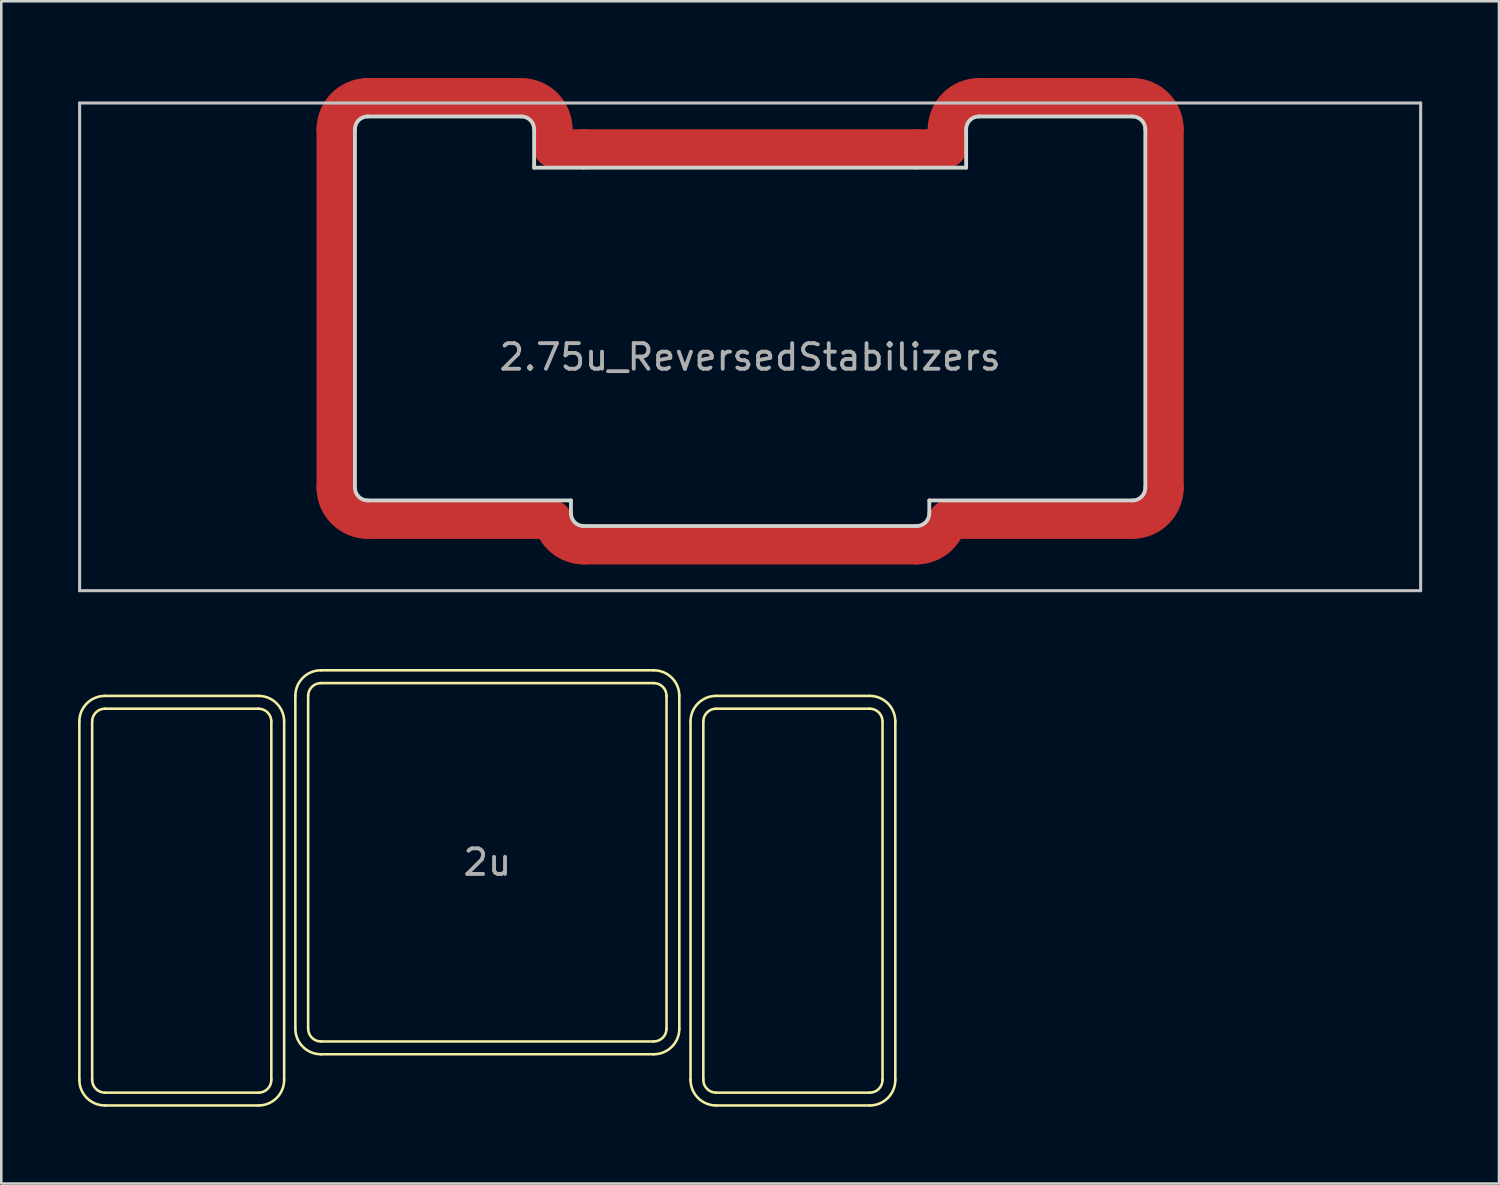
<source format=kicad_pcb>
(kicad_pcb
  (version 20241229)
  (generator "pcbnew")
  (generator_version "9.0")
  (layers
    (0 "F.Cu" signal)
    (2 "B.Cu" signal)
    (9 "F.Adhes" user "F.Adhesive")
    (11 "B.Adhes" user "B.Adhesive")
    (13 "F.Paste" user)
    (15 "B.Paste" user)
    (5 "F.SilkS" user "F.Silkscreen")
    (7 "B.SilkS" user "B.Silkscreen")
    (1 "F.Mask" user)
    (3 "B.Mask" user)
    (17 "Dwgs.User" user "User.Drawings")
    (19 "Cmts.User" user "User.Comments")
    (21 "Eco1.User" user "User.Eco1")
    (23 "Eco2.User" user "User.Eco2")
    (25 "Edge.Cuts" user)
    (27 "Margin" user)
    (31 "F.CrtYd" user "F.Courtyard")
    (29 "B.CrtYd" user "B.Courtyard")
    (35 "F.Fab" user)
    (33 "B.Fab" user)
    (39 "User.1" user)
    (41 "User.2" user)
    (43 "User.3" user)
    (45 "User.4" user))
  (footprint "2u"
    (layer "F.Cu")
    (at 15.988 30.635)
    (property "Reference" "2u" (at 0 0 0) (layer "F.Fab") (effects (font (size 1 1) (thickness 0.15))))
    (attr through_hole)
    (fp_line (start -15.938 -5.5) (end -15.938 8.5) (stroke (width 0.1) (type solid)) (layer "F.SilkS"))
    (fp_line (start -15.438 8.5) (end -15.438 -5.5) (stroke (width 0.1) (type solid)) (layer "F.SilkS"))
    (fp_line (start -14.938 -6) (end -8.938 -6) (stroke (width 0.1) (type solid)) (layer "F.SilkS"))
    (fp_line (start -14.938 9.5) (end -8.938 9.5) (stroke (width 0.1) (type solid)) (layer "F.SilkS"))
    (fp_line (start -8.938 -6.5) (end -14.938 -6.5) (stroke (width 0.1) (type solid)) (layer "F.SilkS"))
    (fp_line (start -8.938 9) (end -14.938 9) (stroke (width 0.1) (type solid)) (layer "F.SilkS"))
    (fp_line (start -8.438 -5.5) (end -8.438 8.5) (stroke (width 0.1) (type solid)) (layer "F.SilkS"))
    (fp_line (start -7.938 8.5) (end -7.938 -5.5) (stroke (width 0.1) (type solid)) (layer "F.SilkS"))
    (fp_line (start -7.5 -6.5) (end -7.5 6.5) (stroke (width 0.1) (type solid)) (layer "F.SilkS"))
    (fp_line (start -7 -6.5) (end -7 6.5) (stroke (width 0.1) (type solid)) (layer "F.SilkS"))
    (fp_line (start -6.5 7) (end 6.5 7) (stroke (width 0.1) (type solid)) (layer "F.SilkS"))
    (fp_line (start -6.5 7.5) (end 6.5 7.5) (stroke (width 0.1) (type solid)) (layer "F.SilkS"))
    (fp_line (start 6.5 -7.5) (end -6.5 -7.5) (stroke (width 0.1) (type solid)) (layer "F.SilkS"))
    (fp_line (start 6.5 -7) (end -6.5 -7) (stroke (width 0.1) (type solid)) (layer "F.SilkS"))
    (fp_line (start 7 6.5) (end 7 -6.5) (stroke (width 0.1) (type solid)) (layer "F.SilkS"))
    (fp_line (start 7.5 6.5) (end 7.5 -6.5) (stroke (width 0.1) (type solid)) (layer "F.SilkS"))
    (fp_line (start 7.938 -5.5) (end 7.938 8.5) (stroke (width 0.1) (type solid)) (layer "F.SilkS"))
    (fp_line (start 8.438 8.5) (end 8.438 -5.5) (stroke (width 0.1) (type solid)) (layer "F.SilkS"))
    (fp_line (start 8.938 -6) (end 14.938 -6) (stroke (width 0.1) (type solid)) (layer "F.SilkS"))
    (fp_line (start 8.938 9.5) (end 14.938 9.5) (stroke (width 0.1) (type solid)) (layer "F.SilkS"))
    (fp_line (start 14.938 -6.5) (end 8.938 -6.5) (stroke (width 0.1) (type solid)) (layer "F.SilkS"))
    (fp_line (start 14.938 9) (end 8.938 9) (stroke (width 0.1) (type solid)) (layer "F.SilkS"))
    (fp_line (start 15.438 -5.5) (end 15.438 8.5) (stroke (width 0.1) (type solid)) (layer "F.SilkS"))
    (fp_line (start 15.938 8.5) (end 15.938 -5.5) (stroke (width 0.1) (type solid)) (layer "F.SilkS"))
    (fp_arc (start -15.938 -5.499999) (mid -15.645107 -6.207106) (end -14.938 -6.499999) (stroke (width 0.1) (type solid)) (layer "F.SilkS"))
    (fp_arc (start -15.437999 -5.499998) (mid -15.291553 -5.853552) (end -14.938 -5.999999) (stroke (width 0.1) (type solid)) (layer "F.SilkS"))
    (fp_arc (start -14.938 9) (mid -15.291553 8.853553) (end -15.438 8.5) (stroke (width 0.1) (type solid)) (layer "F.SilkS"))
    (fp_arc (start -14.938 9.5) (mid -15.645107 9.207107) (end -15.938 8.5) (stroke (width 0.1) (type solid)) (layer "F.SilkS"))
    (fp_arc (start -8.937999 -6.499999) (mid -8.230892 -6.207106) (end -7.937999 -5.499999) (stroke (width 0.1) (type solid)) (layer "F.SilkS"))
    (fp_arc (start -8.937999 -5.999999) (mid -8.584446 -5.853552) (end -8.437999 -5.499999) (stroke (width 0.1) (type solid)) (layer "F.SilkS"))
    (fp_arc (start -8.437999 8.5) (mid -8.584446 8.853553) (end -8.937999 9) (stroke (width 0.1) (type solid)) (layer "F.SilkS"))
    (fp_arc (start -7.937999 8.5) (mid -8.230892 9.207107) (end -8.937999 9.5) (stroke (width 0.1) (type solid)) (layer "F.SilkS"))
    (fp_arc (start -7.5 -6.5) (mid -7.207106 -7.207106) (end -6.499999 -7.499999) (stroke (width 0.1) (type solid)) (layer "F.SilkS"))
    (fp_arc (start -7 -6.5) (mid -6.853553 -6.853553) (end -6.499999 -6.999999) (stroke (width 0.1) (type solid)) (layer "F.SilkS"))
    (fp_arc (start -6.5 7.000002) (mid -6.853554 6.853554) (end -7 6.5) (stroke (width 0.1) (type solid)) (layer "F.SilkS"))
    (fp_arc (start -6.5 7.500002) (mid -7.207107 7.207108) (end -7.5 6.5) (stroke (width 0.1) (type solid)) (layer "F.SilkS"))
    (fp_arc (start 6.5 -7.499999) (mid 7.207107 -7.207106) (end 7.5 -6.499999) (stroke (width 0.1) (type solid)) (layer "F.SilkS"))
    (fp_arc (start 6.5 -6.999999) (mid 6.853553 -6.853552) (end 7 -6.499999) (stroke (width 0.1) (type solid)) (layer "F.SilkS"))
    (fp_arc (start 7 6.500001) (mid 6.853553 6.853554) (end 6.5 7.000001) (stroke (width 0.1) (type solid)) (layer "F.SilkS"))
    (fp_arc (start 7.5 6.500001) (mid 7.207107 7.207108) (end 6.5 7.500001) (stroke (width 0.1) (type solid)) (layer "F.SilkS"))
    (fp_arc (start 7.938 -5.499999) (mid 8.230893 -6.207106) (end 8.938 -6.499999) (stroke (width 0.1) (type solid)) (layer "F.SilkS"))
    (fp_arc (start 8.438 -5.499999) (mid 8.584447 -5.853552) (end 8.938 -5.999999) (stroke (width 0.1) (type solid)) (layer "F.SilkS"))
    (fp_arc (start 8.938 9) (mid 8.584447 8.853553) (end 8.438 8.5) (stroke (width 0.1) (type solid)) (layer "F.SilkS"))
    (fp_arc (start 8.938 9.5) (mid 8.230893 9.207107) (end 7.938 8.5) (stroke (width 0.1) (type solid)) (layer "F.SilkS"))
    (fp_arc (start 14.938 -6.499999) (mid 15.645107 -6.207106) (end 15.938 -5.499999) (stroke (width 0.1) (type solid)) (layer "F.SilkS"))
    (fp_arc (start 14.938 -5.999999) (mid 15.291553 -5.853552) (end 15.438 -5.499999) (stroke (width 0.1) (type solid)) (layer "F.SilkS"))
    (fp_arc (start 15.437999 8.499999) (mid 15.291553 8.853553) (end 14.938 9) (stroke (width 0.1) (type solid)) (layer "F.SilkS"))
    (fp_arc (start 15.937999 8.499999) (mid 15.645106 9.207106) (end 14.938 9.5) (stroke (width 0.1) (type solid)) (layer "F.SilkS")))
  (footprint "2.75u_ReversedStabilizers"
    (layer "F.Cu")
    (at 26.254 10.5)
    (property "Reference" "2.75u_ReversedStabilizers" (at 0 0.4 0) (layer "F.Fab") (effects (font (size 1 1) (thickness 0.15))))
    (attr through_hole)
    (fp_line (start -16.188 -8.5) (end -16.188 5.5) (stroke (width 1.5) (type solid)) (layer "F.Cu"))
    (fp_line (start -14.938 6.75) (end -7.725 6.75) (stroke (width 1.5) (type solid)) (layer "F.Cu"))
    (fp_line (start -8.938 -9.75) (end -14.938 -9.75) (stroke (width 1.5) (type solid)) (layer "F.Cu"))
    (fp_line (start -7.688 -7.75) (end -7.688 -8.5) (stroke (width 1.5) (type solid)) (layer "F.Cu"))
    (fp_line (start -6.5 -7.75) (end -7.688 -7.75) (stroke (width 1.5) (type solid)) (layer "F.Cu"))
    (fp_line (start -6.5 7.75) (end 6.5 7.75) (stroke (width 1.5) (type solid)) (layer "F.Cu"))
    (fp_line (start 6.5 -7.75) (end -6.5 -7.75) (stroke (width 1.5) (type solid)) (layer "F.Cu"))
    (fp_line (start 7.688 -8.5) (end 7.688 -7.75) (stroke (width 1.5) (type solid)) (layer "F.Cu"))
    (fp_line (start 7.688 -7.75) (end 6.5 -7.75) (stroke (width 1.5) (type solid)) (layer "F.Cu"))
    (fp_line (start 7.725 6.75) (end 14.938 6.75) (stroke (width 1.5) (type solid)) (layer "F.Cu"))
    (fp_line (start 14.938 -9.75) (end 8.938 -9.75) (stroke (width 1.5) (type solid)) (layer "F.Cu"))
    (fp_line (start 16.188 5.5) (end 16.188 -8.5) (stroke (width 1.5) (type solid)) (layer "F.Cu"))
    (fp_arc (start -16.187999 -8.5) (mid -15.821883 -9.383883) (end -14.938 -9.749999) (stroke (width 1.5) (type solid)) (layer "F.Cu"))
    (fp_arc (start -14.937999 6.75) (mid -15.821882 6.383883) (end -16.187999 5.5) (stroke (width 1.5) (type solid)) (layer "F.Cu"))
    (fp_arc (start -8.938 -9.749999) (mid -8.054117 -9.383882) (end -7.688 -8.499999) (stroke (width 1.5) (type solid)) (layer "F.Cu"))
    (fp_arc (start -6.499193 7.75) (mid -7.290256 7.468501) (end -7.724744 6.75) (stroke (width 1.5) (type solid)) (layer "F.Cu"))
    (fp_arc (start 7.688 -8.499999) (mid 8.054117 -9.383882) (end 8.938 -9.749999) (stroke (width 1.5) (type solid)) (layer "F.Cu"))
    (fp_arc (start 7.724906 6.74921) (mid 7.290882 7.467991) (end 6.5 7.75) (stroke (width 1.5) (type solid)) (layer "F.Cu"))
    (fp_arc (start 14.938 -9.749999) (mid 15.821883 -9.383882) (end 16.188 -8.499999) (stroke (width 1.5) (type solid)) (layer "F.Cu"))
    (fp_arc (start 16.188 5.5) (mid 15.821883 6.383883) (end 14.938 6.75) (stroke (width 1.5) (type solid)) (layer "F.Cu"))
    (fp_line (start -16.188 -8.5) (end -16.188 5.5) (stroke (width 1.5) (type solid)) (layer "F.Mask"))
    (fp_line (start -14.938 6.75) (end -7.725 6.75) (stroke (width 1.5) (type solid)) (layer "F.Mask"))
    (fp_line (start -8.938 -9.75) (end -14.938 -9.75) (stroke (width 1.5) (type solid)) (layer "F.Mask"))
    (fp_line (start -7.688 -7.75) (end -7.688 -8.5) (stroke (width 1.5) (type solid)) (layer "F.Mask"))
    (fp_line (start -6.5 -7.75) (end -7.688 -7.75) (stroke (width 1.5) (type solid)) (layer "F.Mask"))
    (fp_line (start -6.5 7.75) (end 6.5 7.75) (stroke (width 1.5) (type solid)) (layer "F.Mask"))
    (fp_line (start 6.5 -7.75) (end -6.5 -7.75) (stroke (width 1.5) (type solid)) (layer "F.Mask"))
    (fp_line (start 7.688 -8.5) (end 7.688 -7.75) (stroke (width 1.5) (type solid)) (layer "F.Mask"))
    (fp_line (start 7.688 -7.75) (end 6.5 -7.75) (stroke (width 1.5) (type solid)) (layer "F.Mask"))
    (fp_line (start 7.725 6.75) (end 14.938 6.75) (stroke (width 1.5) (type solid)) (layer "F.Mask"))
    (fp_line (start 14.938 -9.75) (end 8.938 -9.75) (stroke (width 1.5) (type solid)) (layer "F.Mask"))
    (fp_line (start 16.188 5.5) (end 16.188 -8.5) (stroke (width 1.5) (type solid)) (layer "F.Mask"))
    (fp_arc (start -16.187999 -8.5) (mid -15.821883 -9.383883) (end -14.938 -9.749999) (stroke (width 1.5) (type solid)) (layer "F.Mask"))
    (fp_arc (start -14.937999 6.75) (mid -15.821882 6.383883) (end -16.187999 5.5) (stroke (width 1.5) (type solid)) (layer "F.Mask"))
    (fp_arc (start -8.938 -9.749999) (mid -8.054117 -9.383882) (end -7.688 -8.499999) (stroke (width 1.5) (type solid)) (layer "F.Mask"))
    (fp_arc (start -6.499193 7.75) (mid -7.290256 7.468501) (end -7.724744 6.75) (stroke (width 1.5) (type solid)) (layer "F.Mask"))
    (fp_arc (start 7.688 -8.499999) (mid 8.054117 -9.383882) (end 8.938 -9.749999) (stroke (width 1.5) (type solid)) (layer "F.Mask"))
    (fp_arc (start 7.724906 6.74921) (mid 7.290882 7.467991) (end 6.5 7.75) (stroke (width 1.5) (type solid)) (layer "F.Mask"))
    (fp_arc (start 14.938 -9.749999) (mid 15.821883 -9.383882) (end 16.188 -8.499999) (stroke (width 1.5) (type solid)) (layer "F.Mask"))
    (fp_arc (start 16.188 5.5) (mid 15.821883 6.383883) (end 14.938 6.75) (stroke (width 1.5) (type solid)) (layer "F.Mask"))
    (fp_line (start -26.194 -9.525) (end -26.194 9.525) (stroke (width 0.12) (type solid)) (layer "Dwgs.User"))
    (fp_line (start -26.194 -9.525) (end 26.194 -9.525) (stroke (width 0.12) (type solid)) (layer "Dwgs.User"))
    (fp_line (start -26.194 9.525) (end 26.194 9.525) (stroke (width 0.12) (type solid)) (layer "Dwgs.User"))
    (fp_line (start 26.194 9.525) (end 26.194 -9.525) (stroke (width 0.12) (type solid)) (layer "Dwgs.User"))
    (fp_line (start -15.438 -8.5) (end -15.438 5.5) (stroke (width 0.15) (type solid)) (layer "Edge.Cuts"))
    (fp_line (start -14.938 6) (end -7 6) (stroke (width 0.15) (type solid)) (layer "Edge.Cuts"))
    (fp_line (start -8.938 -9) (end -14.938 -9) (stroke (width 0.15) (type solid)) (layer "Edge.Cuts"))
    (fp_line (start -8.438 -7) (end -8.438 -8.5) (stroke (width 0.15) (type solid)) (layer "Edge.Cuts"))
    (fp_line (start -7 6) (end -7 6.5) (stroke (width 0.15) (type solid)) (layer "Edge.Cuts"))
    (fp_line (start -6.5 7) (end 6.5 7) (stroke (width 0.15) (type solid)) (layer "Edge.Cuts"))
    (fp_line (start -6.5 -7) (end -8.438 -7) (stroke (width 0.15) (type solid)) (layer "Edge.Cuts"))
    (fp_line (start 6.5 -7) (end -6.5 -7) (stroke (width 0.15) (type solid)) (layer "Edge.Cuts"))
    (fp_line (start 7 6) (end 14.938 6) (stroke (width 0.15) (type solid)) (layer "Edge.Cuts"))
    (fp_line (start 7 6.5) (end 7 6) (stroke (width 0.15) (type solid)) (layer "Edge.Cuts"))
    (fp_line (start 8.438 -8.5) (end 8.438 -7) (stroke (width 0.15) (type solid)) (layer "Edge.Cuts"))
    (fp_line (start 8.438 -7) (end 6.5 -7) (stroke (width 0.15) (type solid)) (layer "Edge.Cuts"))
    (fp_line (start 14.938 -9) (end 8.938 -9) (stroke (width 0.15) (type solid)) (layer "Edge.Cuts"))
    (fp_line (start 15.438 5.5) (end 15.438 -8.5) (stroke (width 0.15) (type solid)) (layer "Edge.Cuts"))
    (fp_arc (start -15.437999 -8.5) (mid -15.291553 -8.853553) (end -14.938 -8.999999) (stroke (width 0.15) (type solid)) (layer "Edge.Cuts"))
    (fp_arc (start -14.937999 6.000001) (mid -15.291553 5.853554) (end -15.438 5.5) (stroke (width 0.15) (type solid)) (layer "Edge.Cuts"))
    (fp_arc (start -8.938 -8.999999) (mid -8.584447 -8.853552) (end -8.438 -8.499999) (stroke (width 0.15) (type solid)) (layer "Edge.Cuts"))
    (fp_arc (start -6.499999 7.000001) (mid -6.853553 6.853554) (end -7 6.5) (stroke (width 0.15) (type solid)) (layer "Edge.Cuts"))
    (fp_arc (start 7 6.5) (mid 6.853553 6.853553) (end 6.5 7) (stroke (width 0.15) (type solid)) (layer "Edge.Cuts"))
    (fp_arc (start 8.438 -8.499999) (mid 8.584447 -8.853552) (end 8.938 -8.999999) (stroke (width 0.15) (type solid)) (layer "Edge.Cuts"))
    (fp_arc (start 14.938 -8.999999) (mid 15.291553 -8.853552) (end 15.438 -8.499999) (stroke (width 0.15) (type solid)) (layer "Edge.Cuts"))
    (fp_arc (start 15.438 5.5) (mid 15.291553 5.853553) (end 14.938 6) (stroke (width 0.15) (type solid)) (layer "Edge.Cuts")))
  (gr_rect
    (start -3 -3)
    (end 55.508 43.185)
    (stroke (width 0.1) (type default))
    (fill no)
    (layer "Edge.Cuts")))
</source>
